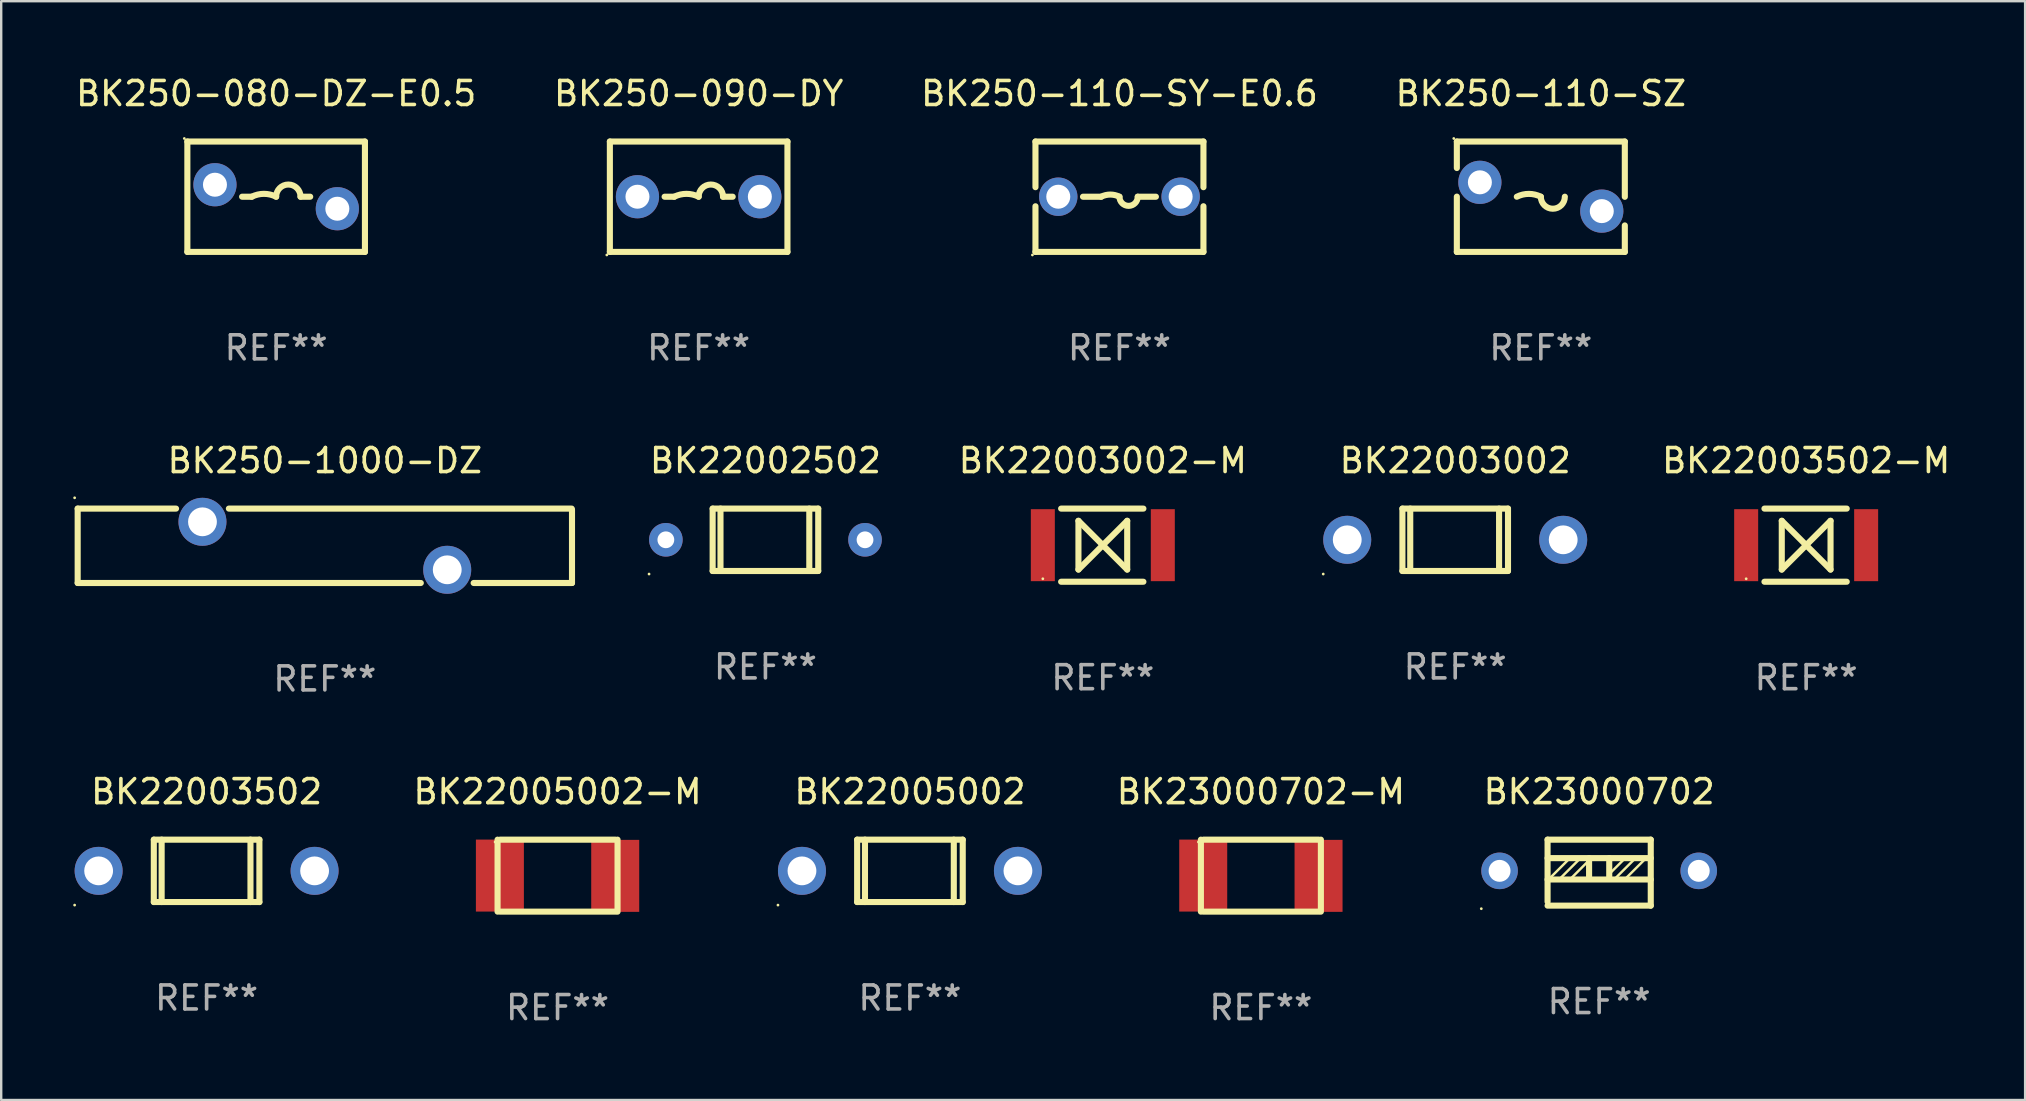
<source format=kicad_pcb>
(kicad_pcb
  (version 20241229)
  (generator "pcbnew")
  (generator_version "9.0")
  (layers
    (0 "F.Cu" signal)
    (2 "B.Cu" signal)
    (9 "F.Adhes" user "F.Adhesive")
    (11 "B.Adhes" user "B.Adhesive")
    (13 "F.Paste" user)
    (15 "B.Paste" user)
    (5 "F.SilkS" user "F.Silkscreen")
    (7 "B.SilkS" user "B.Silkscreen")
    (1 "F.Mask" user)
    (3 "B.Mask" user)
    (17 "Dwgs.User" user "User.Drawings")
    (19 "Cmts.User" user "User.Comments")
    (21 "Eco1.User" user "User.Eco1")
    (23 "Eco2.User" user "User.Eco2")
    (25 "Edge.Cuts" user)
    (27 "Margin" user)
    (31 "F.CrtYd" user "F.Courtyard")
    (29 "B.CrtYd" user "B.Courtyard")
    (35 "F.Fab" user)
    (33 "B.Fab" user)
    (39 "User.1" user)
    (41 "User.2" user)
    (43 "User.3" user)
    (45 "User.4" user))
  (footprint "BK22003002"
    (layer "F.Cu")
    (at 57.593 19.445)
    (property "Reference" "BK22003002" (at 0 -3.3 0) (layer "F.SilkS") (effects (font (size 1 1) (thickness 0.15))))
    (attr through_hole)
    (fp_line (start -2.2 1.3) (end -2.2 -1.3) (stroke (width 0.254) (type solid)) (layer "F.SilkS"))
    (fp_line (start -2.2 1.3) (end 2.2 1.3) (stroke (width 0.254) (type solid)) (layer "F.SilkS"))
    (fp_line (start -1.874 -1.3) (end -1.874 1.3) (stroke (width 0.254) (type solid)) (layer "F.SilkS"))
    (fp_line (start 1.828 -1.3) (end 1.828 1.3) (stroke (width 0.254) (type solid)) (layer "F.SilkS"))
    (fp_line (start 2.2 -1.3) (end -2.2 -1.3) (stroke (width 0.254) (type solid)) (layer "F.SilkS"))
    (fp_line (start 2.2 1.3) (end 2.2 -1.3) (stroke (width 0.254) (type solid)) (layer "F.SilkS"))
    (fp_circle (center -5.5 1.427) (end -5.47 1.427) (stroke (width 0.06) (type solid)) (fill no) (layer "F.SilkS"))
    (fp_text user "REF**" (at 0 5.3 0) (layer "F.Fab") (effects (font (size 1 1) (thickness 0.15))))
    (pad "1" thru_hole circle (at -4.5 0) (size 2 2) (drill 1.2) (layers "*.Cu" "*.Mask"))
    (pad "2" thru_hole circle (at 4.5 0) (size 2 2) (drill 1.2) (layers "*.Cu" "*.Mask")))
  (footprint "BK22003502-M"
    (layer "F.Cu")
    (at 72.218 19.669)
    (property "Reference" "BK22003502-M" (at 0 -3.524 0) (layer "F.SilkS") (effects (font (size 1 1) (thickness 0.15))))
    (attr through_hole)
    (fp_line (start -1.738 -1.524) (end 1.691 -1.524) (stroke (width 0.254) (type solid)) (layer "F.SilkS"))
    (fp_line (start -1.738 1.524) (end 1.691 1.524) (stroke (width 0.254) (type solid)) (layer "F.SilkS"))
    (fp_line (start -1.016 1.016) (end -1.016 -1.016) (stroke (width 0.254) (type solid)) (layer "F.SilkS"))
    (fp_line (start 0 0) (end -1.016 -1.016) (stroke (width 0.254) (type solid)) (layer "F.SilkS"))
    (fp_line (start 0 0) (end -1.016 1.016) (stroke (width 0.254) (type solid)) (layer "F.SilkS"))
    (fp_line (start 0 0) (end 1.016 -1.016) (stroke (width 0.254) (type solid)) (layer "F.SilkS"))
    (fp_line (start 0 0) (end 1.016 1.016) (stroke (width 0.254) (type solid)) (layer "F.SilkS"))
    (fp_line (start 1.016 1.016) (end 1.016 -1.016) (stroke (width 0.254) (type solid)) (layer "F.SilkS"))
    (fp_circle (center -2.5 1.4) (end -2.47 1.4) (stroke (width 0.06) (type solid)) (fill no) (layer "F.SilkS"))
    (fp_text user "REF**" (at 0 5.524 0) (layer "F.Fab") (effects (font (size 1 1) (thickness 0.15))))
    (pad "1" smd rect (at -2.5 0) (size 1 3) (layers "F.Cu" "F.Mask" "F.Paste"))
    (pad "2" smd rect (at 2.5 0) (size 1 3) (layers "F.Cu" "F.Mask" "F.Paste")))
  (footprint "BK22005002-M"
    (layer "F.Cu")
    (at 20.185 33.441)
    (property "Reference" "BK22005002-M" (at 0 -3.5 0) (layer "F.SilkS") (effects (font (size 1 1) (thickness 0.15))))
    (attr through_hole)
    (fp_line (start -2.5 -1.5) (end -2.5 1.5) (stroke (width 0.254) (type solid)) (layer "F.SilkS"))
    (fp_line (start -2.393 -1.5) (end 2.407 -1.5) (stroke (width 0.254) (type solid)) (layer "F.SilkS"))
    (fp_line (start 2.407 1.5) (end -2.393 1.5) (stroke (width 0.254) (type solid)) (layer "F.SilkS"))
    (fp_line (start 2.5 -1.5) (end 2.5 1.5) (stroke (width 0.254) (type solid)) (layer "F.SilkS"))
    (fp_circle (center -2.603 -1.403) (end -2.573 -1.403) (stroke (width 0.06) (type solid)) (fill no) (layer "F.SilkS"))
    (fp_text user "REF**" (at 0 5.5 0) (layer "F.Fab") (effects (font (size 1 1) (thickness 0.15))))
    (pad "1" smd rect (at -2.403 -0.003) (size 2 3) (layers "F.Cu" "F.Mask" "F.Paste"))
    (pad "2" smd rect (at 2.403 0.009) (size 2 3) (layers "F.Cu" "F.Mask" "F.Paste")))
  (footprint "BK22003502"
    (layer "F.Cu")
    (at 5.56 33.241)
    (property "Reference" "BK22003502" (at 0 -3.3 0) (layer "F.SilkS") (effects (font (size 1 1) (thickness 0.15))))
    (attr through_hole)
    (fp_line (start -2.2 1.3) (end -2.2 -1.3) (stroke (width 0.254) (type solid)) (layer "F.SilkS"))
    (fp_line (start -2.2 1.3) (end 2.2 1.3) (stroke (width 0.254) (type solid)) (layer "F.SilkS"))
    (fp_line (start -1.874 -1.3) (end -1.874 1.3) (stroke (width 0.254) (type solid)) (layer "F.SilkS"))
    (fp_line (start 1.828 -1.3) (end 1.828 1.3) (stroke (width 0.254) (type solid)) (layer "F.SilkS"))
    (fp_line (start 2.2 -1.3) (end -2.2 -1.3) (stroke (width 0.254) (type solid)) (layer "F.SilkS"))
    (fp_line (start 2.2 1.3) (end 2.2 -1.3) (stroke (width 0.254) (type solid)) (layer "F.SilkS"))
    (fp_circle (center -5.5 1.427) (end -5.47 1.427) (stroke (width 0.06) (type solid)) (fill no) (layer "F.SilkS"))
    (fp_text user "REF**" (at 0 5.3 0) (layer "F.Fab") (effects (font (size 1 1) (thickness 0.15))))
    (pad "1" thru_hole circle (at -4.5 0) (size 2 2) (drill 1.2) (layers "*.Cu" "*.Mask"))
    (pad "2" thru_hole circle (at 4.5 0) (size 2 2) (drill 1.2) (layers "*.Cu" "*.Mask")))
  (footprint "BK250-110-SY-E0.6"
    (layer "F.Cu")
    (at 43.601 5.148)
    (property "Reference" "BK250-110-SY-E0.6" (at 0 -4.3 0) (layer "F.SilkS") (effects (font (size 1 1) (thickness 0.15))))
    (attr through_hole)
    (fp_line (start -3.5 -2.3) (end -3.5 -0.398) (stroke (width 0.254) (type solid)) (layer "F.SilkS"))
    (fp_line (start -3.5 -2.3) (end 3.5 -2.3) (stroke (width 0.254) (type solid)) (layer "F.SilkS"))
    (fp_line (start -3.5 0.398) (end -3.5 2.3) (stroke (width 0.254) (type solid)) (layer "F.SilkS"))
    (fp_line (start -1.519 0) (end -0.762 0) (stroke (width 0.254) (type solid)) (layer "F.SilkS"))
    (fp_line (start 1.519 0) (end 0.762 0) (stroke (width 0.254) (type solid)) (layer "F.SilkS"))
    (fp_line (start 3.5 -2.3) (end 3.5 -0.397) (stroke (width 0.254) (type solid)) (layer "F.SilkS"))
    (fp_line (start 3.5 0.397) (end 3.5 2.3) (stroke (width 0.254) (type solid)) (layer "F.SilkS"))
    (fp_line (start 3.5 2.3) (end -3.5 2.3) (stroke (width 0.254) (type solid)) (layer "F.SilkS"))
    (fp_arc (start -0.762129 0) (mid -0.381128 -0.089942) (end -0.000127 0) (stroke (width 0.254001) (type solid)) (layer "F.SilkS"))
    (fp_arc (start 0.761875 0) (mid 0.380874 0.381001) (end -0.000127 0) (stroke (width 0.254001) (type solid)) (layer "F.SilkS"))
    (fp_circle (center -3.627 2.427) (end -3.597 2.427) (stroke (width 0.06) (type solid)) (fill no) (layer "F.SilkS"))
    (fp_text user "REF**" (at 0 6.3 0) (layer "F.Fab") (effects (font (size 1 1) (thickness 0.15))))
    (pad "1" thru_hole circle (at -2.55 0) (size 1.6 1.6) (drill 1) (layers "*.Cu" "*.Mask"))
    (pad "2" thru_hole circle (at 2.55 0) (size 1.6 1.6) (drill 1) (layers "*.Cu" "*.Mask")))
  (footprint "BK23000702"
    (layer "F.Cu")
    (at 63.592 33.316)
    (property "Reference" "BK23000702" (at 0 -3.375 0) (layer "F.SilkS") (effects (font (size 1 1) (thickness 0.15))))
    (attr through_hole)
    (fp_line (start -2.15 -1.375) (end -2.15 1.215) (stroke (width 0.254) (type solid)) (layer "F.SilkS"))
    (fp_line (start -2.15 -1.375) (end 2.15 -1.375) (stroke (width 0.254) (type solid)) (layer "F.SilkS"))
    (fp_line (start -2.15 -0.605) (end 2.15 -0.605) (stroke (width 0.254) (type solid)) (layer "F.SilkS"))
    (fp_line (start -2.15 0.285) (end 2.15 0.285) (stroke (width 0.254) (type solid)) (layer "F.SilkS"))
    (fp_line (start -1.27 -0.555) (end -2.08 0.255) (stroke (width 0.102) (type solid)) (layer "F.SilkS"))
    (fp_line (start -1.13 -0.555) (end -1.27 -0.555) (stroke (width 0.102) (type solid)) (layer "F.SilkS"))
    (fp_line (start -0.83 -0.555) (end -1.66 0.275) (stroke (width 0.102) (type solid)) (layer "F.SilkS"))
    (fp_line (start -0.77 -0.555) (end -0.83 -0.555) (stroke (width 0.102) (type solid)) (layer "F.SilkS"))
    (fp_line (start -0.43 -0.535) (end -0.43 -0.505) (stroke (width 0.102) (type solid)) (layer "F.SilkS"))
    (fp_line (start -0.43 -0.505) (end -1.21 0.275) (stroke (width 0.102) (type solid)) (layer "F.SilkS"))
    (fp_line (start -0.42 -0.605) (end -0.42 0.265) (stroke (width 0.254) (type solid)) (layer "F.SilkS"))
    (fp_line (start 0.42 -0.605) (end 0.42 0.265) (stroke (width 0.254) (type solid)) (layer "F.SilkS"))
    (fp_line (start 1.108 -0.629) (end 0.478 0.001) (stroke (width 0.102) (type solid)) (layer "F.SilkS"))
    (fp_line (start 1.468 -0.559) (end 0.658 0.251) (stroke (width 0.102) (type solid)) (layer "F.SilkS"))
    (fp_line (start 1.608 -0.559) (end 1.468 -0.559) (stroke (width 0.102) (type solid)) (layer "F.SilkS"))
    (fp_line (start 1.908 -0.559) (end 1.078 0.271) (stroke (width 0.102) (type solid)) (layer "F.SilkS"))
    (fp_line (start 1.968 -0.559) (end 1.908 -0.559) (stroke (width 0.102) (type solid)) (layer "F.SilkS"))
    (fp_line (start 2.15 1.375) (end -2.15 1.375) (stroke (width 0.254) (type solid)) (layer "F.SilkS"))
    (fp_line (start 2.15 1.375) (end 2.15 -1.375) (stroke (width 0.254) (type solid)) (layer "F.SilkS"))
    (fp_circle (center -4.912 1.502) (end -4.882 1.502) (stroke (width 0.06) (type solid)) (fill no) (layer "F.SilkS"))
    (fp_text user "REF**" (at 0 5.375 0) (layer "F.Fab") (effects (font (size 1 1) (thickness 0.15))))
    (pad "1" thru_hole circle (at -4.15 -0.075) (size 1.524 1.524) (drill 0.914) (layers "*.Cu" "*.Mask"))
    (pad "2" thru_hole circle (at 4.15 -0.075) (size 1.524 1.524) (drill 0.914) (layers "*.Cu" "*.Mask")))
  (footprint "BK22005002"
    (layer "F.Cu")
    (at 34.87 33.241)
    (property "Reference" "BK22005002" (at 0 -3.3 0) (layer "F.SilkS") (effects (font (size 1 1) (thickness 0.15))))
    (attr through_hole)
    (fp_line (start -2.2 1.3) (end -2.2 -1.3) (stroke (width 0.254) (type solid)) (layer "F.SilkS"))
    (fp_line (start -2.2 1.3) (end 2.2 1.3) (stroke (width 0.254) (type solid)) (layer "F.SilkS"))
    (fp_line (start -1.874 -1.3) (end -1.874 1.3) (stroke (width 0.254) (type solid)) (layer "F.SilkS"))
    (fp_line (start 1.828 -1.3) (end 1.828 1.3) (stroke (width 0.254) (type solid)) (layer "F.SilkS"))
    (fp_line (start 2.2 -1.3) (end -2.2 -1.3) (stroke (width 0.254) (type solid)) (layer "F.SilkS"))
    (fp_line (start 2.2 1.3) (end 2.2 -1.3) (stroke (width 0.254) (type solid)) (layer "F.SilkS"))
    (fp_circle (center -5.5 1.427) (end -5.47 1.427) (stroke (width 0.06) (type solid)) (fill no) (layer "F.SilkS"))
    (fp_text user "REF**" (at 0 5.3 0) (layer "F.Fab") (effects (font (size 1 1) (thickness 0.15))))
    (pad "1" thru_hole circle (at -4.5 0) (size 2 2) (drill 1.2) (layers "*.Cu" "*.Mask"))
    (pad "2" thru_hole circle (at 4.5 0) (size 2 2) (drill 1.2) (layers "*.Cu" "*.Mask")))
  (footprint "BK22003002-M"
    (layer "F.Cu")
    (at 42.908 19.669)
    (property "Reference" "BK22003002-M" (at 0 -3.524 0) (layer "F.SilkS") (effects (font (size 1 1) (thickness 0.15))))
    (attr through_hole)
    (fp_line (start -1.738 -1.524) (end 1.691 -1.524) (stroke (width 0.254) (type solid)) (layer "F.SilkS"))
    (fp_line (start -1.738 1.524) (end 1.691 1.524) (stroke (width 0.254) (type solid)) (layer "F.SilkS"))
    (fp_line (start -1.016 1.016) (end -1.016 -1.016) (stroke (width 0.254) (type solid)) (layer "F.SilkS"))
    (fp_line (start 0 0) (end -1.016 -1.016) (stroke (width 0.254) (type solid)) (layer "F.SilkS"))
    (fp_line (start 0 0) (end -1.016 1.016) (stroke (width 0.254) (type solid)) (layer "F.SilkS"))
    (fp_line (start 0 0) (end 1.016 -1.016) (stroke (width 0.254) (type solid)) (layer "F.SilkS"))
    (fp_line (start 0 0) (end 1.016 1.016) (stroke (width 0.254) (type solid)) (layer "F.SilkS"))
    (fp_line (start 1.016 1.016) (end 1.016 -1.016) (stroke (width 0.254) (type solid)) (layer "F.SilkS"))
    (fp_circle (center -2.5 1.4) (end -2.47 1.4) (stroke (width 0.06) (type solid)) (fill no) (layer "F.SilkS"))
    (fp_text user "REF**" (at 0 5.524 0) (layer "F.Fab") (effects (font (size 1 1) (thickness 0.15))))
    (pad "1" smd rect (at -2.5 0) (size 1 3) (layers "F.Cu" "F.Mask" "F.Paste"))
    (pad "2" smd rect (at 2.5 0) (size 1 3) (layers "F.Cu" "F.Mask" "F.Paste")))
  (footprint "BK22002502"
    (layer "F.Cu")
    (at 28.848 19.445)
    (property "Reference" "BK22002502" (at 0 -3.3 0) (layer "F.SilkS") (effects (font (size 1 1) (thickness 0.15))))
    (attr through_hole)
    (fp_line (start -2.2 1.3) (end -2.2 -1.3) (stroke (width 0.254) (type solid)) (layer "F.SilkS"))
    (fp_line (start -2.2 1.3) (end 2.2 1.3) (stroke (width 0.254) (type solid)) (layer "F.SilkS"))
    (fp_line (start -1.873 -1.3) (end -1.873 1.3) (stroke (width 0.254) (type solid)) (layer "F.SilkS"))
    (fp_line (start 1.828 -1.3) (end 1.828 1.3) (stroke (width 0.254) (type solid)) (layer "F.SilkS"))
    (fp_line (start 2.2 -1.3) (end -2.2 -1.3) (stroke (width 0.254) (type solid)) (layer "F.SilkS"))
    (fp_line (start 2.2 1.3) (end 2.2 -1.3) (stroke (width 0.254) (type solid)) (layer "F.SilkS"))
    (fp_circle (center -4.85 1.427) (end -4.82 1.427) (stroke (width 0.06) (type solid)) (fill no) (layer "F.SilkS"))
    (fp_text user "REF**" (at 0 5.3 0) (layer "F.Fab") (effects (font (size 1 1) (thickness 0.15))))
    (pad "1" thru_hole circle (at -4.15 0) (size 1.4 1.4) (drill 0.7) (layers "*.Cu" "*.Mask"))
    (pad "2" thru_hole circle (at 4.15 0) (size 1.4 1.4) (drill 0.7) (layers "*.Cu" "*.Mask")))
  (footprint "BK250-110-SZ"
    (layer "F.Cu")
    (at 61.161 5.148)
    (property "Reference" "BK250-110-SZ" (at 0 -4.3 0) (layer "F.SilkS") (effects (font (size 1 1) (thickness 0.15))))
    (attr through_hole)
    (fp_line (start -3.5 -2.3) (end -3.5 -1.196) (stroke (width 0.254) (type solid)) (layer "F.SilkS"))
    (fp_line (start -3.5 -2.3) (end 3.5 -2.3) (stroke (width 0.254) (type solid)) (layer "F.SilkS"))
    (fp_line (start -3.5 -0.004) (end -3.5 2.3) (stroke (width 0.254) (type solid)) (layer "F.SilkS"))
    (fp_line (start 3.5 -2.3) (end 3.5 0.004) (stroke (width 0.254) (type solid)) (layer "F.SilkS"))
    (fp_line (start 3.5 1.196) (end 3.5 2.3) (stroke (width 0.254) (type solid)) (layer "F.SilkS"))
    (fp_line (start 3.5 2.3) (end -3.5 2.3) (stroke (width 0.254) (type solid)) (layer "F.SilkS"))
    (fp_arc (start -1.000762 0) (mid -0.500381 -0.118151) (end 0 0) (stroke (width 0.254001) (type solid)) (layer "F.SilkS"))
    (fp_arc (start 1.000762 0) (mid 0.500381 0.500127) (end 0 0) (stroke (width 0.254001) (type solid)) (layer "F.SilkS"))
    (fp_circle (center -3.627 -2.427) (end -3.597 -2.427) (stroke (width 0.06) (type solid)) (fill no) (layer "F.SilkS"))
    (fp_text user "REF**" (at 0 6.3 0) (layer "F.Fab") (effects (font (size 1 1) (thickness 0.15))))
    (pad "1" thru_hole circle (at -2.54 -0.6) (size 1.8 1.8) (drill 1) (layers "*.Cu" "*.Mask"))
    (pad "2" thru_hole circle (at 2.54 0.6) (size 1.8 1.8) (drill 1) (layers "*.Cu" "*.Mask")))
  (footprint "BK250-080-DZ-E0.5"
    (layer "F.Cu")
    (at 8.458 5.148)
    (property "Reference" "BK250-080-DZ-E0.5" (at 0 -4.3 0) (layer "F.SilkS") (effects (font (size 1 1) (thickness 0.15))))
    (attr through_hole)
    (fp_line (start -3.7 -2.3) (end 3.7 -2.3) (stroke (width 0.254) (type solid)) (layer "F.SilkS"))
    (fp_line (start -3.7 2.3) (end -3.7 -2.3) (stroke (width 0.254) (type solid)) (layer "F.SilkS"))
    (fp_line (start -1.419 0) (end -1.016 0) (stroke (width 0.254) (type solid)) (layer "F.SilkS"))
    (fp_line (start 1.419 0) (end 1.016 0) (stroke (width 0.254) (type solid)) (layer "F.SilkS"))
    (fp_line (start 3.7 -2.3) (end 3.7 2.3) (stroke (width 0.254) (type solid)) (layer "F.SilkS"))
    (fp_line (start 3.7 2.3) (end -3.7 2.3) (stroke (width 0.254) (type solid)) (layer "F.SilkS"))
    (fp_arc (start -1.016002 0) (mid -0.508001 -0.119923) (end 0 0) (stroke (width 0.254001) (type solid)) (layer "F.SilkS"))
    (fp_arc (start 0 0) (mid 0.508001 -0.508001) (end 1.016002 0) (stroke (width 0.254001) (type solid)) (layer "F.SilkS"))
    (fp_circle (center -3.827 -2.427) (end -3.797 -2.427) (stroke (width 0.06) (type solid)) (fill no) (layer "F.SilkS"))
    (fp_text user "REF**" (at 0 6.3 0) (layer "F.Fab") (effects (font (size 1 1) (thickness 0.15))))
    (pad "1" thru_hole circle (at -2.55 -0.5) (size 1.8 1.8) (drill 1) (layers "*.Cu" "*.Mask"))
    (pad "2" thru_hole circle (at 2.55 0.5) (size 1.8 1.8) (drill 1) (layers "*.Cu" "*.Mask")))
  (footprint "BK250-090-DY"
    (layer "F.Cu")
    (at 26.065 5.148)
    (property "Reference" "BK250-090-DY" (at 0 -4.3 0) (layer "F.SilkS") (effects (font (size 1 1) (thickness 0.15))))
    (attr through_hole)
    (fp_line (start -3.7 -2.3) (end 3.7 -2.3) (stroke (width 0.254) (type solid)) (layer "F.SilkS"))
    (fp_line (start -3.7 2.3) (end -3.7 -2.3) (stroke (width 0.254) (type solid)) (layer "F.SilkS"))
    (fp_line (start -1.419 0) (end -1.016 0) (stroke (width 0.254) (type solid)) (layer "F.SilkS"))
    (fp_line (start 1.419 0) (end 1.016 0) (stroke (width 0.254) (type solid)) (layer "F.SilkS"))
    (fp_line (start 3.7 -2.3) (end 3.7 2.3) (stroke (width 0.254) (type solid)) (layer "F.SilkS"))
    (fp_line (start 3.7 2.3) (end -3.7 2.3) (stroke (width 0.254) (type solid)) (layer "F.SilkS"))
    (fp_arc (start -1.016002 0) (mid -0.508001 -0.119923) (end 0 0) (stroke (width 0.254001) (type solid)) (layer "F.SilkS"))
    (fp_arc (start 0 0) (mid 0.508001 -0.508001) (end 1.016002 0) (stroke (width 0.254001) (type solid)) (layer "F.SilkS"))
    (fp_circle (center -3.827 2.427) (end -3.797 2.427) (stroke (width 0.06) (type solid)) (fill no) (layer "F.SilkS"))
    (fp_text user "REF**" (at 0 6.3 0) (layer "F.Fab") (effects (font (size 1 1) (thickness 0.15))))
    (pad "1" thru_hole circle (at -2.55 0) (size 1.8 1.8) (drill 1) (layers "*.Cu" "*.Mask"))
    (pad "2" thru_hole circle (at 2.55 0) (size 1.8 1.8) (drill 1) (layers "*.Cu" "*.Mask")))
  (footprint "BK23000702-M"
    (layer "F.Cu")
    (at 49.495 33.441)
    (property "Reference" "BK23000702-M" (at 0 -3.5 0) (layer "F.SilkS") (effects (font (size 1 1) (thickness 0.15))))
    (attr through_hole)
    (fp_line (start -2.5 -1.5) (end -2.5 1.5) (stroke (width 0.254) (type solid)) (layer "F.SilkS"))
    (fp_line (start -2.393 -1.5) (end 2.407 -1.5) (stroke (width 0.254) (type solid)) (layer "F.SilkS"))
    (fp_line (start 2.407 1.5) (end -2.393 1.5) (stroke (width 0.254) (type solid)) (layer "F.SilkS"))
    (fp_line (start 2.5 -1.5) (end 2.5 1.5) (stroke (width 0.254) (type solid)) (layer "F.SilkS"))
    (fp_circle (center -2.603 -1.403) (end -2.573 -1.403) (stroke (width 0.06) (type solid)) (fill no) (layer "F.SilkS"))
    (fp_text user "REF**" (at 0 5.5 0) (layer "F.Fab") (effects (font (size 1 1) (thickness 0.15))))
    (pad "1" smd rect (at -2.403 -0.003) (size 2 3) (layers "F.Cu" "F.Mask" "F.Paste"))
    (pad "2" smd rect (at 2.403 0.009) (size 2 3) (layers "F.Cu" "F.Mask" "F.Paste")))
  (footprint "BK250-1000-DZ"
    (layer "F.Cu")
    (at 10.487 19.695)
    (property "Reference" "BK250-1000-DZ" (at 0 -3.55 0) (layer "F.SilkS") (effects (font (size 1 1) (thickness 0.15))))
    (attr through_hole)
    (fp_line (start -10.3 -1.55) (end -6.201 -1.55) (stroke (width 0.254) (type solid)) (layer "F.SilkS"))
    (fp_line (start -10.3 1.55) (end -10.3 -1.55) (stroke (width 0.254) (type solid)) (layer "F.SilkS"))
    (fp_line (start -10.3 1.55) (end 3.999 1.55) (stroke (width 0.254) (type solid)) (layer "F.SilkS"))
    (fp_line (start -3.999 -1.55) (end 10.287 -1.55) (stroke (width 0.254) (type solid)) (layer "F.SilkS"))
    (fp_line (start 6.201 1.55) (end 10.3 1.55) (stroke (width 0.254) (type solid)) (layer "F.SilkS"))
    (fp_line (start 10.3 -1.5) (end 10.3 1.55) (stroke (width 0.254) (type solid)) (layer "F.SilkS"))
    (fp_circle (center -10.427 -2) (end -10.397 -2) (stroke (width 0.06) (type solid)) (fill no) (layer "F.SilkS"))
    (fp_text user "REF**" (at 0 5.55 0) (layer "F.Fab") (effects (font (size 1 1) (thickness 0.15))))
    (pad "1" thru_hole circle (at -5.1 -1) (size 2 2) (drill 1.2) (layers "*.Cu" "*.Mask"))
    (pad "2" thru_hole circle (at 5.1 1) (size 2 2) (drill 1.2) (layers "*.Cu" "*.Mask")))
  (gr_rect
    (start -3 -3)
    (end 81.343 42.79)
    (stroke (width 0.1) (type default))
    (fill no)
    (layer "Edge.Cuts")))
</source>
